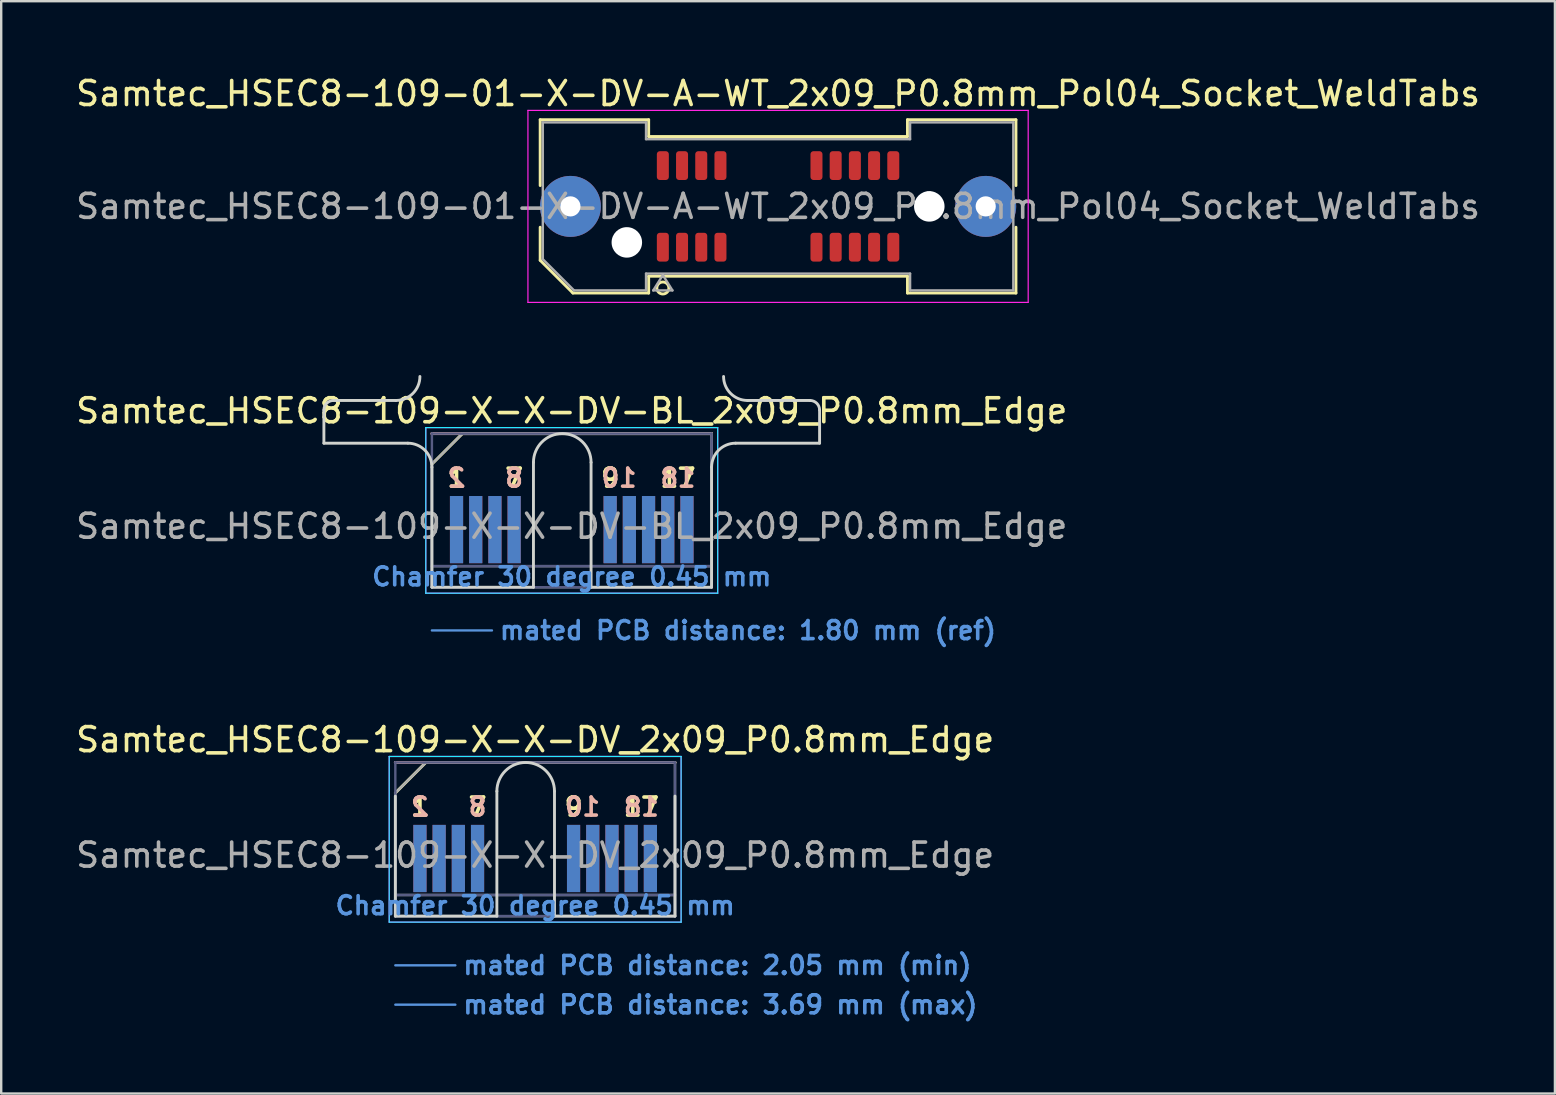
<source format=kicad_pcb>
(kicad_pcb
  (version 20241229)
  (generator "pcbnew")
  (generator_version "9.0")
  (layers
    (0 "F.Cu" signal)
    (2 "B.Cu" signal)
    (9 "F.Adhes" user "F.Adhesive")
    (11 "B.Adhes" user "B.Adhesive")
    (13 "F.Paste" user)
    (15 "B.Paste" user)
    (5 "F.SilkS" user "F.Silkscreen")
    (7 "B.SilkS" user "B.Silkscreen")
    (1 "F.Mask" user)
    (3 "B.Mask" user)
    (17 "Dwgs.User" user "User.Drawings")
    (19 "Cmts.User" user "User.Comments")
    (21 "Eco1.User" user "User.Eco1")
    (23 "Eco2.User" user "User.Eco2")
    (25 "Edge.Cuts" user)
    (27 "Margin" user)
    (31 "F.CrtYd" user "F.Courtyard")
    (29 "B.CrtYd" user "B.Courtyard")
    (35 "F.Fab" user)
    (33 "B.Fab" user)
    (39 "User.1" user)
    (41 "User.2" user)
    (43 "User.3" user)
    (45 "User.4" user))
  (footprint "Samtec_HSEC8-109-X-X-DV_2x09_P0.8mm_Edge"
    (layer "F.Cu")
    (at 19.244 35.114)
    (property "Reference" "Samtec_HSEC8-109-X-X-DV_2x09_P0.8mm_Edge" (at 0 -7.35 0) (layer "F.SilkS") (effects (font (size 1 1) (thickness 0.15))))
    (attr exclude_from_pos_files exclude_from_bom)
    (fp_line (start -5.825 -5.13) (end -4.555 -6.4) (stroke (width 0.12) (type solid)) (layer "F.SilkS"))
    (fp_line (start -4.555 -6.4) (end 5.825 -6.4) (stroke (width 0.12) (type solid)) (layer "F.SilkS"))
    (fp_line (start -5.825 -6.4) (end -5.825 -6.4) (stroke (width 0.12) (type solid)) (layer "B.SilkS"))
    (fp_line (start -5.825 -6.4) (end 5.825 -6.4) (stroke (width 0.12) (type solid)) (layer "B.SilkS"))
    (fp_line (start -5.825 2.05) (end -3.325 2.05) (stroke (width 0.1) (type solid)) (layer "Cmts.User"))
    (fp_line (start -5.825 3.69) (end -3.325 3.69) (stroke (width 0.1) (type solid)) (layer "Cmts.User"))
    (fp_line (start -5.825 -5) (end -5.825 0) (stroke (width 0.12) (type solid)) (layer "Edge.Cuts"))
    (fp_line (start -5.825 0) (end -1.595 0) (stroke (width 0.12) (type solid)) (layer "Edge.Cuts"))
    (fp_line (start -1.595 0) (end -1.595 -5.2) (stroke (width 0.12) (type solid)) (layer "Edge.Cuts"))
    (fp_line (start 0.805 -5.2) (end 0.805 0) (stroke (width 0.12) (type solid)) (layer "Edge.Cuts"))
    (fp_line (start 0.805 0) (end 5.825 0) (stroke (width 0.12) (type solid)) (layer "Edge.Cuts"))
    (fp_line (start 5.825 0) (end 5.825 -5) (stroke (width 0.12) (type solid)) (layer "Edge.Cuts"))
    (fp_arc (start -1.595 -5.2) (mid -0.395 -6.4) (end 0.805 -5.2) (stroke (width 0.12) (type solid)) (layer "Edge.Cuts"))
    (fp_line (start -6.08 -6.65) (end -6.08 0.25) (stroke (width 0.05) (type solid)) (layer "B.CrtYd"))
    (fp_line (start -6.08 0.25) (end 6.08 0.25) (stroke (width 0.05) (type solid)) (layer "B.CrtYd"))
    (fp_line (start 6.08 -6.65) (end -6.08 -6.65) (stroke (width 0.05) (type solid)) (layer "B.CrtYd"))
    (fp_line (start 6.08 0.25) (end 6.08 -6.65) (stroke (width 0.05) (type solid)) (layer "B.CrtYd"))
    (fp_line (start -6.08 -6.65) (end -6.08 0.25) (stroke (width 0.05) (type solid)) (layer "F.CrtYd"))
    (fp_line (start -6.08 0.25) (end 6.08 0.25) (stroke (width 0.05) (type solid)) (layer "F.CrtYd"))
    (fp_line (start 6.08 -6.65) (end -6.08 -6.65) (stroke (width 0.05) (type solid)) (layer "F.CrtYd"))
    (fp_line (start 6.08 0.25) (end 6.08 -6.65) (stroke (width 0.05) (type solid)) (layer "F.CrtYd"))
    (fp_line (start -5.825 -6.4) (end -5.825 -6.4) (stroke (width 0.1) (type solid)) (layer "B.Fab"))
    (fp_line (start -5.825 -6.4) (end -5.825 0) (stroke (width 0.1) (type solid)) (layer "B.Fab"))
    (fp_line (start -5.825 -6.4) (end 5.825 -6.4) (stroke (width 0.1) (type solid)) (layer "B.Fab"))
    (fp_line (start -5.825 -0.88) (end 5.825 -0.88) (stroke (width 0.1) (type solid)) (layer "B.Fab"))
    (fp_line (start -5.825 0) (end 5.825 0) (stroke (width 0.1) (type solid)) (layer "B.Fab"))
    (fp_line (start 5.825 -6.4) (end 5.825 0) (stroke (width 0.1) (type solid)) (layer "B.Fab"))
    (fp_line (start -5.825 -5.13) (end -5.825 0) (stroke (width 0.1) (type solid)) (layer "F.Fab"))
    (fp_line (start -5.825 -5.13) (end -4.555 -6.4) (stroke (width 0.1) (type solid)) (layer "F.Fab"))
    (fp_line (start -5.825 -0.88) (end 5.825 -0.88) (stroke (width 0.1) (type solid)) (layer "F.Fab"))
    (fp_line (start -5.825 0) (end 5.825 0) (stroke (width 0.1) (type solid)) (layer "F.Fab"))
    (fp_line (start -4.555 -6.4) (end 5.825 -6.4) (stroke (width 0.1) (type solid)) (layer "F.Fab"))
    (fp_line (start 5.825 -6.4) (end 5.825 0) (stroke (width 0.1) (type solid)) (layer "F.Fab"))
    (fp_text user "9" (at 1.6 -4.55 0) (layer "F.SilkS") (effects (font (size 0.75 0.75) (thickness 0.15))))
    (fp_text user "1" (at -4.8 -4.55 0) (layer "F.SilkS") (effects (font (size 0.75 0.75) (thickness 0.15))))
    (fp_text user "7" (at -2.4 -4.55 0) (layer "F.SilkS") (effects (font (size 0.75 0.75) (thickness 0.15))))
    (fp_text user "17" (at 4.425 -4.55 0) (layer "F.SilkS") (effects (font (size 0.75 0.75) (thickness 0.15))))
    (fp_text user "2" (at -4.8 -4.55 0) (layer "B.SilkS") (effects (font (size 0.75 0.75) (thickness 0.15)) (justify mirror)))
    (fp_text user "10" (at 1.975 -4.55 0) (layer "B.SilkS") (effects (font (size 0.75 0.75) (thickness 0.15)) (justify mirror)))
    (fp_text user "18" (at 4.425 -4.55 0) (layer "B.SilkS") (effects (font (size 0.75 0.75) (thickness 0.15)) (justify mirror)))
    (fp_text user "8" (at -2.4 -4.55 0) (layer "B.SilkS") (effects (font (size 0.75 0.75) (thickness 0.15)) (justify mirror)))
    (fp_text user "Chamfer 30 degree 0.45 mm" (at 0 -0.44 0) (layer "Cmts.User") (effects (font (size 0.75 0.75) (thickness 0.15))))
    (fp_text user "mated PCB distance: 2.05 mm (min)" (at -3.08 2.05 0) (layer "Cmts.User") (effects (font (size 0.75 0.75) (thickness 0.15)) (justify left)))
    (fp_text user "mated PCB distance: 3.69 mm (max)" (at -3.08 3.69 0) (layer "Cmts.User") (effects (font (size 0.75 0.75) (thickness 0.15)) (justify left)))
    (fp_text user "${REFERENCE}" (at 0 -2.54 0) (layer "F.Fab") (effects (font (size 1 1) (thickness 0.15))))
    (pad "1" connect rect (at -4.8 -2.4) (size 0.55 2.8) (layers "F.Cu" "F.Mask"))
    (pad "2" connect rect (at -4.8 -2.4) (size 0.55 2.8) (layers "B.Cu" "B.Mask"))
    (pad "3" connect rect (at -4 -2.4) (size 0.55 2.8) (layers "F.Cu" "F.Mask"))
    (pad "4" connect rect (at -4 -2.4) (size 0.55 2.8) (layers "B.Cu" "B.Mask"))
    (pad "5" connect rect (at -3.2 -2.4) (size 0.55 2.8) (layers "F.Cu" "F.Mask"))
    (pad "6" connect rect (at -3.2 -2.4) (size 0.55 2.8) (layers "B.Cu" "B.Mask"))
    (pad "7" connect rect (at -2.4 -2.4) (size 0.55 2.8) (layers "F.Cu" "F.Mask"))
    (pad "8" connect rect (at -2.4 -2.4) (size 0.55 2.8) (layers "B.Cu" "B.Mask"))
    (pad "9" connect rect (at 1.6 -2.4) (size 0.55 2.8) (layers "F.Cu" "F.Mask"))
    (pad "10" connect rect (at 1.6 -2.4) (size 0.55 2.8) (layers "B.Cu" "B.Mask"))
    (pad "11" connect rect (at 2.4 -2.4) (size 0.55 2.8) (layers "F.Cu" "F.Mask"))
    (pad "12" connect rect (at 2.4 -2.4) (size 0.55 2.8) (layers "B.Cu" "B.Mask"))
    (pad "13" connect rect (at 3.2 -2.4) (size 0.55 2.8) (layers "F.Cu" "F.Mask"))
    (pad "14" connect rect (at 3.2 -2.4) (size 0.55 2.8) (layers "B.Cu" "B.Mask"))
    (pad "15" connect rect (at 4 -2.4) (size 0.55 2.8) (layers "F.Cu" "F.Mask"))
    (pad "16" connect rect (at 4 -2.4) (size 0.55 2.8) (layers "B.Cu" "B.Mask"))
    (pad "17" connect rect (at 4.8 -2.4) (size 0.55 2.8) (layers "F.Cu" "F.Mask"))
    (pad "18" connect rect (at 4.8 -2.4) (size 0.55 2.8) (layers "B.Cu" "B.Mask")))
  (footprint "Samtec_HSEC8-109-X-X-DV-BL_2x09_P0.8mm_Edge"
    (layer "F.Cu")
    (at 20.768 21.413)
    (property "Reference" "Samtec_HSEC8-109-X-X-DV-BL_2x09_P0.8mm_Edge" (at 0 -7.35 0) (layer "F.SilkS") (effects (font (size 1 1) (thickness 0.15))))
    (attr exclude_from_pos_files exclude_from_bom)
    (fp_line (start -5.825 -5.13) (end -4.555 -6.4) (stroke (width 0.12) (type solid)) (layer "F.SilkS"))
    (fp_line (start -4.555 -6.4) (end 5.825 -6.4) (stroke (width 0.12) (type solid)) (layer "F.SilkS"))
    (fp_line (start -5.825 -6.4) (end -5.825 -6.4) (stroke (width 0.12) (type solid)) (layer "B.SilkS"))
    (fp_line (start -5.825 -6.4) (end 5.825 -6.4) (stroke (width 0.12) (type solid)) (layer "B.SilkS"))
    (fp_line (start -5.825 1.8) (end -3.325 1.8) (stroke (width 0.1) (type solid)) (layer "Cmts.User"))
    (fp_line (start -10.325 -6) (end -10.325 -7.38) (stroke (width 0.12) (type solid)) (layer "Edge.Cuts"))
    (fp_line (start -9.925 -7.78) (end -7.325 -7.78) (stroke (width 0.12) (type solid)) (layer "Edge.Cuts"))
    (fp_line (start -6.825 -6) (end -10.325 -6) (stroke (width 0.12) (type solid)) (layer "Edge.Cuts"))
    (fp_line (start -5.825 -5) (end -5.825 0) (stroke (width 0.12) (type solid)) (layer "Edge.Cuts"))
    (fp_line (start -5.825 0) (end -1.595 0) (stroke (width 0.12) (type solid)) (layer "Edge.Cuts"))
    (fp_line (start -1.595 0) (end -1.595 -5.2) (stroke (width 0.12) (type solid)) (layer "Edge.Cuts"))
    (fp_line (start 0.805 -5.2) (end 0.805 0) (stroke (width 0.12) (type solid)) (layer "Edge.Cuts"))
    (fp_line (start 0.805 0) (end 5.825 0) (stroke (width 0.12) (type solid)) (layer "Edge.Cuts"))
    (fp_line (start 5.825 0) (end 5.825 -5) (stroke (width 0.12) (type solid)) (layer "Edge.Cuts"))
    (fp_line (start 6.825 -6) (end 10.325 -6) (stroke (width 0.12) (type solid)) (layer "Edge.Cuts"))
    (fp_line (start 9.925 -7.78) (end 7.325 -7.78) (stroke (width 0.12) (type solid)) (layer "Edge.Cuts"))
    (fp_line (start 10.325 -6) (end 10.325 -7.38) (stroke (width 0.12) (type solid)) (layer "Edge.Cuts"))
    (fp_arc (start -10.325 -7.38) (mid -10.207843 -7.662843) (end -9.925 -7.78) (stroke (width 0.12) (type solid)) (layer "Edge.Cuts"))
    (fp_arc (start -6.825 -6) (mid -6.117893 -5.707107) (end -5.825 -5) (stroke (width 0.12) (type solid)) (layer "Edge.Cuts"))
    (fp_arc (start -6.325 -8.78) (mid -6.617893 -8.072893) (end -7.325 -7.78) (stroke (width 0.12) (type solid)) (layer "Edge.Cuts"))
    (fp_arc (start -1.595 -5.2) (mid -0.395 -6.4) (end 0.805 -5.2) (stroke (width 0.12) (type solid)) (layer "Edge.Cuts"))
    (fp_arc (start 5.825 -5) (mid 6.117893 -5.707107) (end 6.825 -6) (stroke (width 0.12) (type solid)) (layer "Edge.Cuts"))
    (fp_arc (start 7.325 -7.78) (mid 6.617893 -8.072893) (end 6.325 -8.78) (stroke (width 0.12) (type solid)) (layer "Edge.Cuts"))
    (fp_arc (start 9.925 -7.78) (mid 10.207843 -7.662843) (end 10.325 -7.38) (stroke (width 0.12) (type solid)) (layer "Edge.Cuts"))
    (fp_line (start -6.08 -6.65) (end -6.08 0.25) (stroke (width 0.05) (type solid)) (layer "B.CrtYd"))
    (fp_line (start -6.08 0.25) (end 6.08 0.25) (stroke (width 0.05) (type solid)) (layer "B.CrtYd"))
    (fp_line (start 6.08 -6.65) (end -6.08 -6.65) (stroke (width 0.05) (type solid)) (layer "B.CrtYd"))
    (fp_line (start 6.08 0.25) (end 6.08 -6.65) (stroke (width 0.05) (type solid)) (layer "B.CrtYd"))
    (fp_line (start -6.08 -6.65) (end -6.08 0.25) (stroke (width 0.05) (type solid)) (layer "F.CrtYd"))
    (fp_line (start -6.08 0.25) (end 6.08 0.25) (stroke (width 0.05) (type solid)) (layer "F.CrtYd"))
    (fp_line (start 6.08 -6.65) (end -6.08 -6.65) (stroke (width 0.05) (type solid)) (layer "F.CrtYd"))
    (fp_line (start 6.08 0.25) (end 6.08 -6.65) (stroke (width 0.05) (type solid)) (layer "F.CrtYd"))
    (fp_line (start -5.825 -6.4) (end -5.825 -6.4) (stroke (width 0.1) (type solid)) (layer "B.Fab"))
    (fp_line (start -5.825 -6.4) (end -5.825 0) (stroke (width 0.1) (type solid)) (layer "B.Fab"))
    (fp_line (start -5.825 -6.4) (end 5.825 -6.4) (stroke (width 0.1) (type solid)) (layer "B.Fab"))
    (fp_line (start -5.825 -0.88) (end 5.825 -0.88) (stroke (width 0.1) (type solid)) (layer "B.Fab"))
    (fp_line (start -5.825 0) (end 5.825 0) (stroke (width 0.1) (type solid)) (layer "B.Fab"))
    (fp_line (start 5.825 -6.4) (end 5.825 0) (stroke (width 0.1) (type solid)) (layer "B.Fab"))
    (fp_line (start -5.825 -5.13) (end -5.825 0) (stroke (width 0.1) (type solid)) (layer "F.Fab"))
    (fp_line (start -5.825 -5.13) (end -4.555 -6.4) (stroke (width 0.1) (type solid)) (layer "F.Fab"))
    (fp_line (start -5.825 -0.88) (end 5.825 -0.88) (stroke (width 0.1) (type solid)) (layer "F.Fab"))
    (fp_line (start -5.825 0) (end 5.825 0) (stroke (width 0.1) (type solid)) (layer "F.Fab"))
    (fp_line (start -4.555 -6.4) (end 5.825 -6.4) (stroke (width 0.1) (type solid)) (layer "F.Fab"))
    (fp_line (start 5.825 -6.4) (end 5.825 0) (stroke (width 0.1) (type solid)) (layer "F.Fab"))
    (fp_text user "7" (at -2.4 -4.55 0) (layer "F.SilkS") (effects (font (size 0.75 0.75) (thickness 0.15))))
    (fp_text user "17" (at 4.425 -4.55 0) (layer "F.SilkS") (effects (font (size 0.75 0.75) (thickness 0.15))))
    (fp_text user "1" (at -4.8 -4.55 0) (layer "F.SilkS") (effects (font (size 0.75 0.75) (thickness 0.15))))
    (fp_text user "9" (at 1.6 -4.55 0) (layer "F.SilkS") (effects (font (size 0.75 0.75) (thickness 0.15))))
    (fp_text user "2" (at -4.8 -4.55 0) (layer "B.SilkS") (effects (font (size 0.75 0.75) (thickness 0.15)) (justify mirror)))
    (fp_text user "18" (at 4.425 -4.55 0) (layer "B.SilkS") (effects (font (size 0.75 0.75) (thickness 0.15)) (justify mirror)))
    (fp_text user "10" (at 1.975 -4.55 0) (layer "B.SilkS") (effects (font (size 0.75 0.75) (thickness 0.15)) (justify mirror)))
    (fp_text user "8" (at -2.4 -4.55 0) (layer "B.SilkS") (effects (font (size 0.75 0.75) (thickness 0.15)) (justify mirror)))
    (fp_text user "Chamfer 30 degree 0.45 mm" (at 0 -0.44 0) (layer "Cmts.User") (effects (font (size 0.75 0.75) (thickness 0.15))))
    (fp_text user "mated PCB distance: 1.80 mm (ref)" (at -3.08 1.8 0) (layer "Cmts.User") (effects (font (size 0.75 0.75) (thickness 0.15)) (justify left)))
    (fp_text user "${REFERENCE}" (at 0 -2.54 0) (layer "F.Fab") (effects (font (size 1 1) (thickness 0.15))))
    (pad "1" connect rect (at -4.8 -2.4) (size 0.55 2.8) (layers "F.Cu" "F.Mask"))
    (pad "2" connect rect (at -4.8 -2.4) (size 0.55 2.8) (layers "B.Cu" "B.Mask"))
    (pad "3" connect rect (at -4 -2.4) (size 0.55 2.8) (layers "F.Cu" "F.Mask"))
    (pad "4" connect rect (at -4 -2.4) (size 0.55 2.8) (layers "B.Cu" "B.Mask"))
    (pad "5" connect rect (at -3.2 -2.4) (size 0.55 2.8) (layers "F.Cu" "F.Mask"))
    (pad "6" connect rect (at -3.2 -2.4) (size 0.55 2.8) (layers "B.Cu" "B.Mask"))
    (pad "7" connect rect (at -2.4 -2.4) (size 0.55 2.8) (layers "F.Cu" "F.Mask"))
    (pad "8" connect rect (at -2.4 -2.4) (size 0.55 2.8) (layers "B.Cu" "B.Mask"))
    (pad "9" connect rect (at 1.6 -2.4) (size 0.55 2.8) (layers "F.Cu" "F.Mask"))
    (pad "10" connect rect (at 1.6 -2.4) (size 0.55 2.8) (layers "B.Cu" "B.Mask"))
    (pad "11" connect rect (at 2.4 -2.4) (size 0.55 2.8) (layers "F.Cu" "F.Mask"))
    (pad "12" connect rect (at 2.4 -2.4) (size 0.55 2.8) (layers "B.Cu" "B.Mask"))
    (pad "13" connect rect (at 3.2 -2.4) (size 0.55 2.8) (layers "F.Cu" "F.Mask"))
    (pad "14" connect rect (at 3.2 -2.4) (size 0.55 2.8) (layers "B.Cu" "B.Mask"))
    (pad "15" connect rect (at 4 -2.4) (size 0.55 2.8) (layers "F.Cu" "F.Mask"))
    (pad "16" connect rect (at 4 -2.4) (size 0.55 2.8) (layers "B.Cu" "B.Mask"))
    (pad "17" connect rect (at 4.8 -2.4) (size 0.55 2.8) (layers "F.Cu" "F.Mask"))
    (pad "18" connect rect (at 4.8 -2.4) (size 0.55 2.8) (layers "B.Cu" "B.Mask")))
  (footprint "Samtec_HSEC8-109-01-X-DV-A-WT_2x09_P0.8mm_Pol04_Socket_WeldTabs"
    (layer "F.Cu")
    (at 29.363 5.548)
    (property "Reference" "Samtec_HSEC8-109-01-X-DV-A-WT_2x09_P0.8mm_Pol04_Socket_WeldTabs" (at 0 -4.7 0) (layer "F.SilkS") (effects (font (size 1 1) (thickness 0.15))))
    (attr smd)
    (fp_line (start -9.91 -3.61) (end -5.39 -3.61) (stroke (width 0.12) (type solid)) (layer "F.SilkS"))
    (fp_line (start -9.91 -0.868) (end -9.91 -3.61) (stroke (width 0.12) (type solid)) (layer "F.SilkS"))
    (fp_line (start -9.91 2.246) (end -9.91 0.868) (stroke (width 0.12) (type solid)) (layer "F.SilkS"))
    (fp_line (start -8.546 3.61) (end -9.91 2.246) (stroke (width 0.12) (type solid)) (layer "F.SilkS"))
    (fp_line (start -5.39 -3.61) (end -5.39 -2.91) (stroke (width 0.12) (type solid)) (layer "F.SilkS"))
    (fp_line (start -5.39 -2.91) (end 5.39 -2.91) (stroke (width 0.12) (type solid)) (layer "F.SilkS"))
    (fp_line (start -5.39 2.91) (end -5.39 3.61) (stroke (width 0.12) (type solid)) (layer "F.SilkS"))
    (fp_line (start -5.39 3.61) (end -8.546 3.61) (stroke (width 0.12) (type solid)) (layer "F.SilkS"))
    (fp_line (start 5.39 -3.61) (end 9.91 -3.61) (stroke (width 0.12) (type solid)) (layer "F.SilkS"))
    (fp_line (start 5.39 -2.91) (end 5.39 -3.61) (stroke (width 0.12) (type solid)) (layer "F.SilkS"))
    (fp_line (start 5.39 2.91) (end -5.39 2.91) (stroke (width 0.12) (type solid)) (layer "F.SilkS"))
    (fp_line (start 5.39 3.61) (end 5.39 2.91) (stroke (width 0.12) (type solid)) (layer "F.SilkS"))
    (fp_line (start 9.91 -3.61) (end 9.91 -0.868) (stroke (width 0.12) (type solid)) (layer "F.SilkS"))
    (fp_line (start 9.91 0.868) (end 9.91 3.61) (stroke (width 0.12) (type solid)) (layer "F.SilkS"))
    (fp_line (start 9.91 3.61) (end 5.39 3.61) (stroke (width 0.12) (type solid)) (layer "F.SilkS"))
    (fp_circle (center -4.8 3.4) (end -4.55 3.4) (stroke (width 0.12) (type solid)) (fill no) (layer "F.SilkS"))
    (fp_line (start -10.42 -4) (end -10.42 4) (stroke (width 0.05) (type solid)) (layer "F.CrtYd"))
    (fp_line (start -10.42 4) (end 10.42 4) (stroke (width 0.05) (type solid)) (layer "F.CrtYd"))
    (fp_line (start 10.42 -4) (end -10.42 -4) (stroke (width 0.05) (type solid)) (layer "F.CrtYd"))
    (fp_line (start 10.42 4) (end 10.42 -4) (stroke (width 0.05) (type solid)) (layer "F.CrtYd"))
    (fp_line (start -9.8 -3.5) (end -5.5 -3.5) (stroke (width 0.1) (type solid)) (layer "F.Fab"))
    (fp_line (start -9.8 2.2) (end -9.8 -3.5) (stroke (width 0.1) (type solid)) (layer "F.Fab"))
    (fp_line (start -8.5 3.5) (end -9.8 2.2) (stroke (width 0.1) (type solid)) (layer "F.Fab"))
    (fp_line (start -5.5 -3.5) (end -5.5 -2.8) (stroke (width 0.1) (type solid)) (layer "F.Fab"))
    (fp_line (start -5.5 -2.8) (end 5.5 -2.8) (stroke (width 0.1) (type solid)) (layer "F.Fab"))
    (fp_line (start -5.5 2.8) (end -5.5 3.5) (stroke (width 0.1) (type solid)) (layer "F.Fab"))
    (fp_line (start -5.5 3.5) (end -8.5 3.5) (stroke (width 0.1) (type solid)) (layer "F.Fab"))
    (fp_line (start -5.2 3.5) (end -4.8 2.86) (stroke (width 0.1) (type solid)) (layer "F.Fab"))
    (fp_line (start -4.8 2.86) (end -4.4 3.5) (stroke (width 0.1) (type solid)) (layer "F.Fab"))
    (fp_line (start -4.4 3.5) (end -5.2 3.5) (stroke (width 0.1) (type solid)) (layer "F.Fab"))
    (fp_line (start 5.5 -3.5) (end 9.8 -3.5) (stroke (width 0.1) (type solid)) (layer "F.Fab"))
    (fp_line (start 5.5 -2.8) (end 5.5 -3.5) (stroke (width 0.1) (type solid)) (layer "F.Fab"))
    (fp_line (start 5.5 2.8) (end -5.5 2.8) (stroke (width 0.1) (type solid)) (layer "F.Fab"))
    (fp_line (start 5.5 3.5) (end 5.5 2.8) (stroke (width 0.1) (type solid)) (layer "F.Fab"))
    (fp_line (start 9.8 -3.5) (end 9.8 3.5) (stroke (width 0.1) (type solid)) (layer "F.Fab"))
    (fp_line (start 9.8 3.5) (end 5.5 3.5) (stroke (width 0.1) (type solid)) (layer "F.Fab"))
    (fp_text user "${REFERENCE}" (at 0 0 0) (layer "F.Fab") (effects (font (size 1 1) (thickness 0.15))))
    (pad "" thru_hole circle (at -8.65 0) (size 2.54 2.54) (drill 0.84) (layers "*.Cu" "*.Mask" "F.Paste"))
    (pad "" np_thru_hole circle (at -6.3 1.5) (size 1.27 1.27) (drill 1.27) (layers "*.Cu" "*.Mask"))
    (pad "" np_thru_hole circle (at 6.3 0) (size 1.27 1.27) (drill 1.27) (layers "*.Cu" "*.Mask"))
    (pad "" thru_hole circle (at 8.65 0) (size 2.54 2.54) (drill 0.84) (layers "*.Cu" "*.Mask" "F.Paste"))
    (pad "1" smd roundrect (at -4.8 1.7) (size 0.5 1.2) (layers "F.Cu" "F.Mask" "F.Paste") (roundrect_rratio 0.25))
    (pad "2" smd roundrect (at -4.8 -1.7) (size 0.5 1.2) (layers "F.Cu" "F.Mask" "F.Paste") (roundrect_rratio 0.25))
    (pad "3" smd roundrect (at -4 1.7) (size 0.5 1.2) (layers "F.Cu" "F.Mask" "F.Paste") (roundrect_rratio 0.25))
    (pad "4" smd roundrect (at -4 -1.7) (size 0.5 1.2) (layers "F.Cu" "F.Mask" "F.Paste") (roundrect_rratio 0.25))
    (pad "5" smd roundrect (at -3.2 1.7) (size 0.5 1.2) (layers "F.Cu" "F.Mask" "F.Paste") (roundrect_rratio 0.25))
    (pad "6" smd roundrect (at -3.2 -1.7) (size 0.5 1.2) (layers "F.Cu" "F.Mask" "F.Paste") (roundrect_rratio 0.25))
    (pad "7" smd roundrect (at -2.4 1.7) (size 0.5 1.2) (layers "F.Cu" "F.Mask" "F.Paste") (roundrect_rratio 0.25))
    (pad "8" smd roundrect (at -2.4 -1.7) (size 0.5 1.2) (layers "F.Cu" "F.Mask" "F.Paste") (roundrect_rratio 0.25))
    (pad "9" smd roundrect (at 1.6 1.7) (size 0.5 1.2) (layers "F.Cu" "F.Mask" "F.Paste") (roundrect_rratio 0.25))
    (pad "10" smd roundrect (at 1.6 -1.7) (size 0.5 1.2) (layers "F.Cu" "F.Mask" "F.Paste") (roundrect_rratio 0.25))
    (pad "11" smd roundrect (at 2.4 1.7) (size 0.5 1.2) (layers "F.Cu" "F.Mask" "F.Paste") (roundrect_rratio 0.25))
    (pad "12" smd roundrect (at 2.4 -1.7) (size 0.5 1.2) (layers "F.Cu" "F.Mask" "F.Paste") (roundrect_rratio 0.25))
    (pad "13" smd roundrect (at 3.2 1.7) (size 0.5 1.2) (layers "F.Cu" "F.Mask" "F.Paste") (roundrect_rratio 0.25))
    (pad "14" smd roundrect (at 3.2 -1.7) (size 0.5 1.2) (layers "F.Cu" "F.Mask" "F.Paste") (roundrect_rratio 0.25))
    (pad "15" smd roundrect (at 4 1.7) (size 0.5 1.2) (layers "F.Cu" "F.Mask" "F.Paste") (roundrect_rratio 0.25))
    (pad "16" smd roundrect (at 4 -1.7) (size 0.5 1.2) (layers "F.Cu" "F.Mask" "F.Paste") (roundrect_rratio 0.25))
    (pad "17" smd roundrect (at 4.8 1.7) (size 0.5 1.2) (layers "F.Cu" "F.Mask" "F.Paste") (roundrect_rratio 0.25))
    (pad "18" smd roundrect (at 4.8 -1.7) (size 0.5 1.2) (layers "F.Cu" "F.Mask" "F.Paste") (roundrect_rratio 0.25)))
  (gr_rect
    (start -3 -3)
    (end 61.726 42.505)
    (stroke (width 0.1) (type default))
    (fill no)
    (layer "Edge.Cuts")))
</source>
